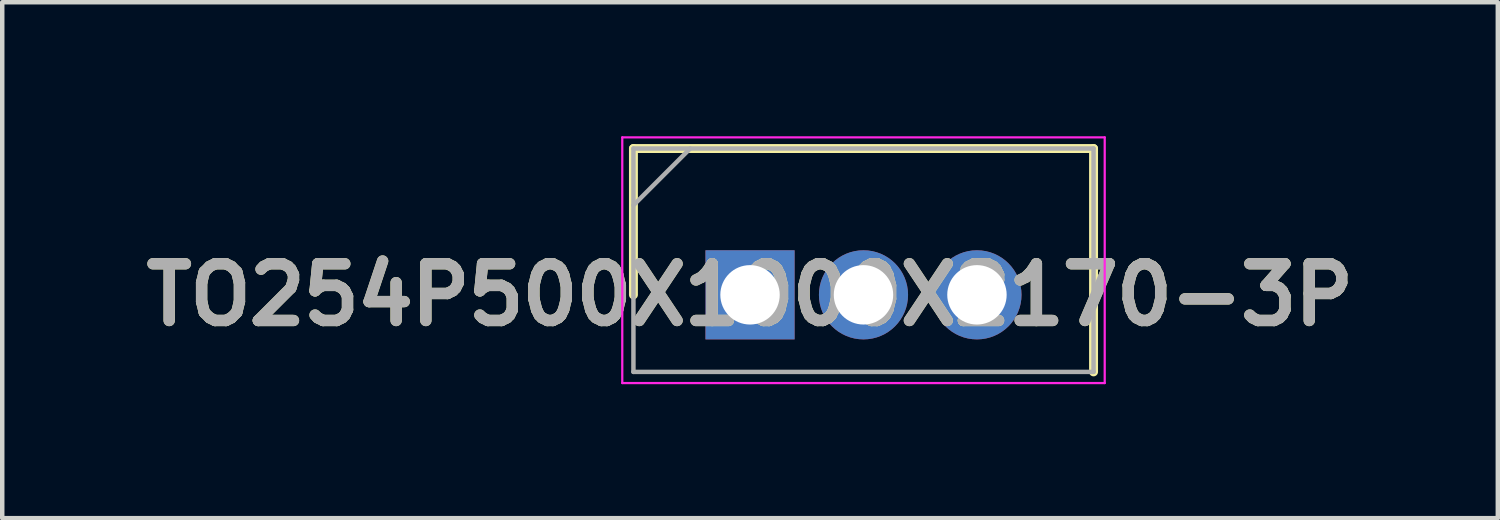
<source format=kicad_pcb>
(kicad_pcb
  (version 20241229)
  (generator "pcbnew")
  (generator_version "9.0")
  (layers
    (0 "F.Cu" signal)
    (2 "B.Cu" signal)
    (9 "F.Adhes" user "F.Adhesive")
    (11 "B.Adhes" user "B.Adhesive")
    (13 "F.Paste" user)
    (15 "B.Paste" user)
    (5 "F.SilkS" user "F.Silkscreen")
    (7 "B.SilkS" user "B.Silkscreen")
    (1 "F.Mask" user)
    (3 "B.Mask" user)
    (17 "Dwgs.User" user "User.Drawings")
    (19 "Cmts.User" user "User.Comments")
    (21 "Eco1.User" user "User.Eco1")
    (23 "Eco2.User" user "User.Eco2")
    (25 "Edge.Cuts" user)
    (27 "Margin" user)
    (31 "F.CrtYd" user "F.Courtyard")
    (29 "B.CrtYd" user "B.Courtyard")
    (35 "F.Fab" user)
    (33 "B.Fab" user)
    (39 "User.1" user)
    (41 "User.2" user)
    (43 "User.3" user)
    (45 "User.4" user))
  (footprint "TO254P500X1000X2170-3P"
    (layer "F.Cu")
    (at 13.74 3.55)
    (property "Reference" "TO254P500X1000X2170-3P" (at 0 0 0) (layer "F.SilkS") (effects (font (size 1.27 1.27) (thickness 0.254))))
    (attr through_hole)
    (fp_line (start -2.61 -3.275) (end -2.61 0) (stroke (width 0.2) (type solid)) (layer "F.SilkS"))
    (fp_line (start 7.69 -3.275) (end -2.61 -3.275) (stroke (width 0.2) (type solid)) (layer "F.SilkS"))
    (fp_line (start 7.69 1.725) (end 7.69 -3.275) (stroke (width 0.2) (type solid)) (layer "F.SilkS"))
    (fp_line (start -2.86 -3.525) (end 7.94 -3.525) (stroke (width 0.05) (type solid)) (layer "F.CrtYd"))
    (fp_line (start -2.86 1.975) (end -2.86 -3.525) (stroke (width 0.05) (type solid)) (layer "F.CrtYd"))
    (fp_line (start 7.94 -3.525) (end 7.94 1.975) (stroke (width 0.05) (type solid)) (layer "F.CrtYd"))
    (fp_line (start 7.94 1.975) (end -2.86 1.975) (stroke (width 0.05) (type solid)) (layer "F.CrtYd"))
    (fp_line (start -2.61 -3.275) (end 7.69 -3.275) (stroke (width 0.1) (type solid)) (layer "F.Fab"))
    (fp_line (start -2.61 -2.005) (end -1.34 -3.275) (stroke (width 0.1) (type solid)) (layer "F.Fab"))
    (fp_line (start -2.61 1.725) (end -2.61 -3.275) (stroke (width 0.1) (type solid)) (layer "F.Fab"))
    (fp_line (start 7.69 -3.275) (end 7.69 1.725) (stroke (width 0.1) (type solid)) (layer "F.Fab"))
    (fp_line (start 7.69 1.725) (end -2.61 1.725) (stroke (width 0.1) (type solid)) (layer "F.Fab"))
    (fp_text user "${REFERENCE}" (at 0 0 0) (layer "F.Fab") (effects (font (size 1.27 1.27) (thickness 0.254))))
    (pad "1" thru_hole rect (at 0 0) (size 1.995 1.995) (drill 1.33) (layers "*.Cu" "*.Mask"))
    (pad "2" thru_hole circle (at 2.54 0) (size 1.995 1.995) (drill 1.33) (layers "*.Cu" "*.Mask"))
    (pad "3" thru_hole circle (at 5.08 0) (size 1.995 1.995) (drill 1.33) (layers "*.Cu" "*.Mask")))
  (gr_rect
    (start -3 -3)
    (end 30.48 8.55)
    (stroke (width 0.1) (type default))
    (fill no)
    (layer "Edge.Cuts")))
</source>
